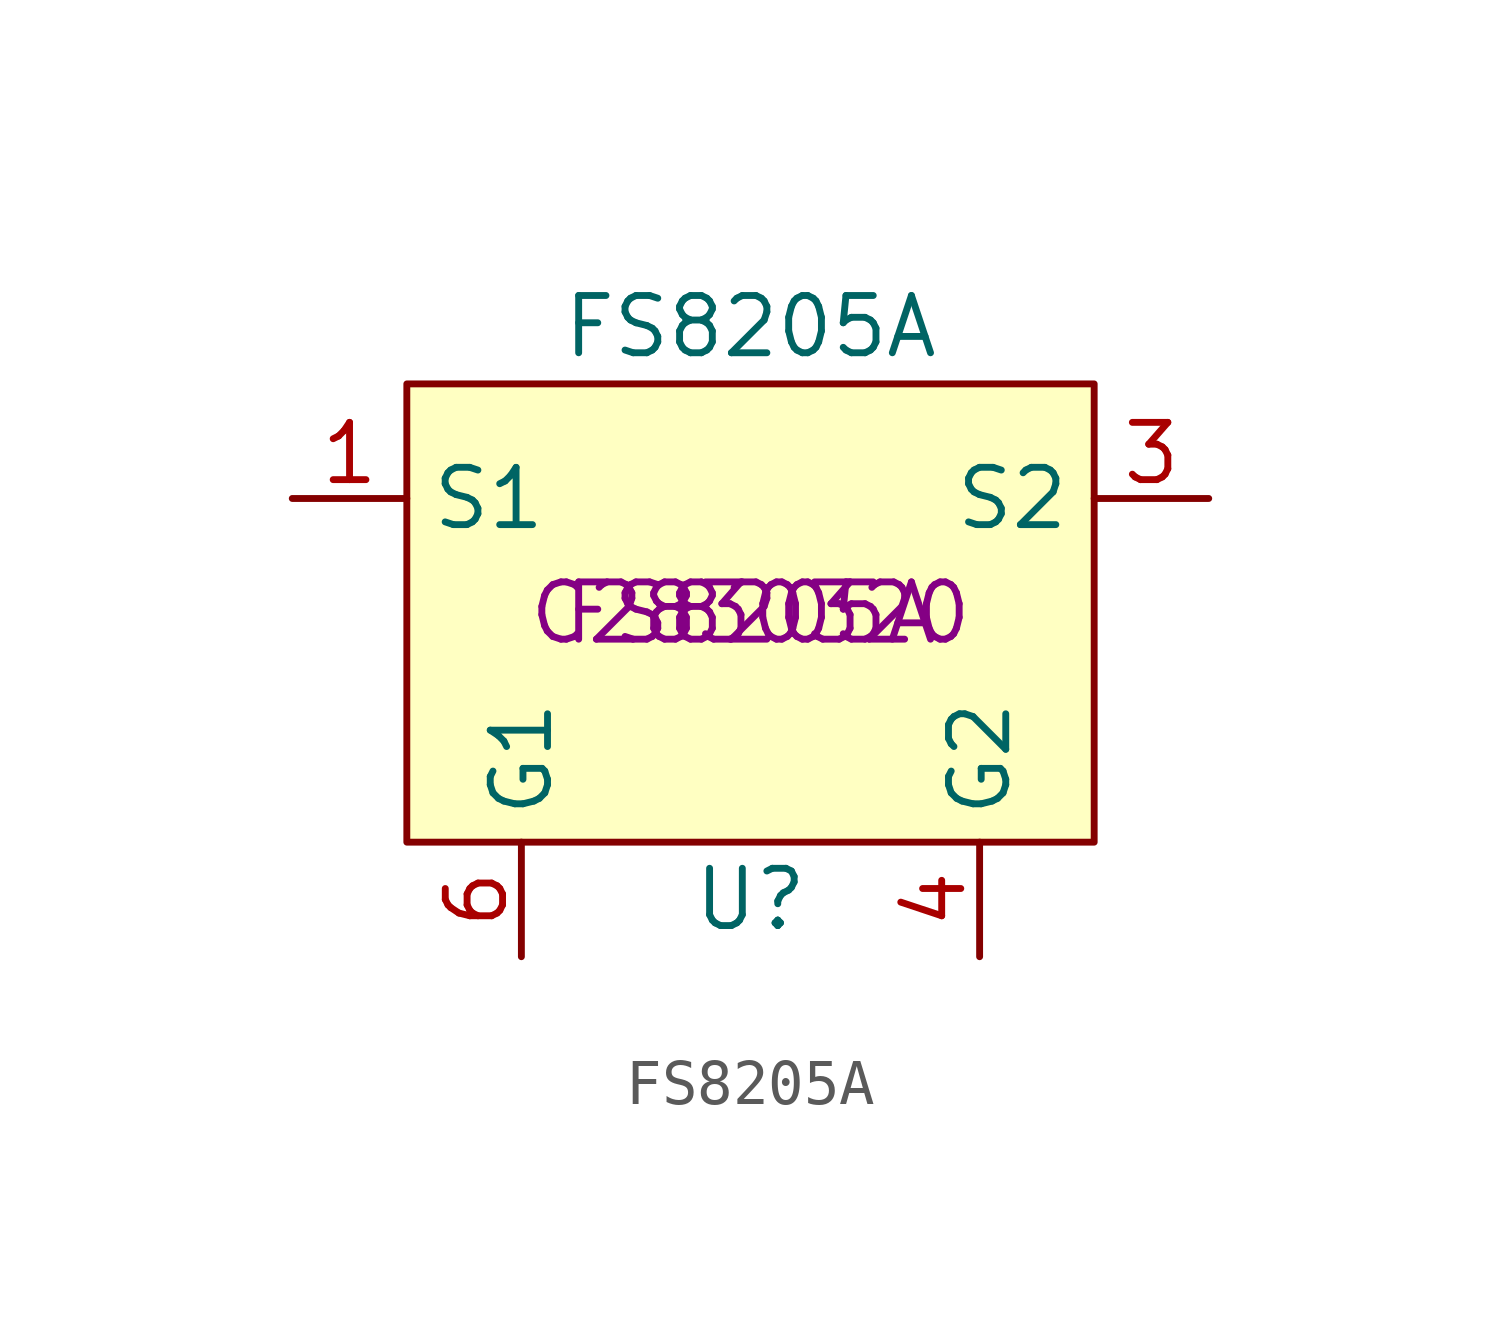
<source format=kicad_sym>
(kicad_symbol_lib
  (version 20211014)
  (generator kicad_symbol_editor)
  (symbol "FS8205A"
    (property "Reference" "U"
      (at 0 -6.35 0)
      (effects (font (size 1.27 1.27))))
    (property "Value" "FS8205A"
      (at 0 6.35 0)
      (effects (font (size 1.27 1.27))))
    (property "LCSC" "C2830320"
      (at 0 0 0)
      (effects (font (size 1.27 1.27))))
    (property "MPN" "FS8205A"
      (at 0 0 0)
      (effects (font (size 1.27 1.27))))
    (symbol "FS8205A_0_1"
      (rectangle (start -7.62 5.08) (end 7.62 -5.08) (stroke (width 0) (type default) (color 0 0 0 0)) (fill (type background))))
    (symbol "FS8205A_1_1"
      (pin bidirectional line (at -10.16 2.54 0) (length 2.54) (name "S1" (effects (font (size 1.27 1.27)))) (number "1" (effects (font (size 1.27 1.27)))))
      (pin output line (at 0 7.62 270) (length 2.54) hide (name "D1,D2" (effects (font (size 1.27 1.27)))) (number "2,5" (effects (font (size 1.27 1.27)))))
      (pin bidirectional line (at 10.16 2.54 180) (length 2.54) (name "S2" (effects (font (size 1.27 1.27)))) (number "3" (effects (font (size 1.27 1.27)))))
      (pin input line (at 5.08 -7.62 90) (length 2.54) (name "G2" (effects (font (size 1.27 1.27)))) (number "4" (effects (font (size 1.27 1.27)))))
      (pin input line (at -5.08 -7.62 90) (length 2.54) (name "G1" (effects (font (size 1.27 1.27)))) (number "6" (effects (font (size 1.27 1.27))))))))
</source>
